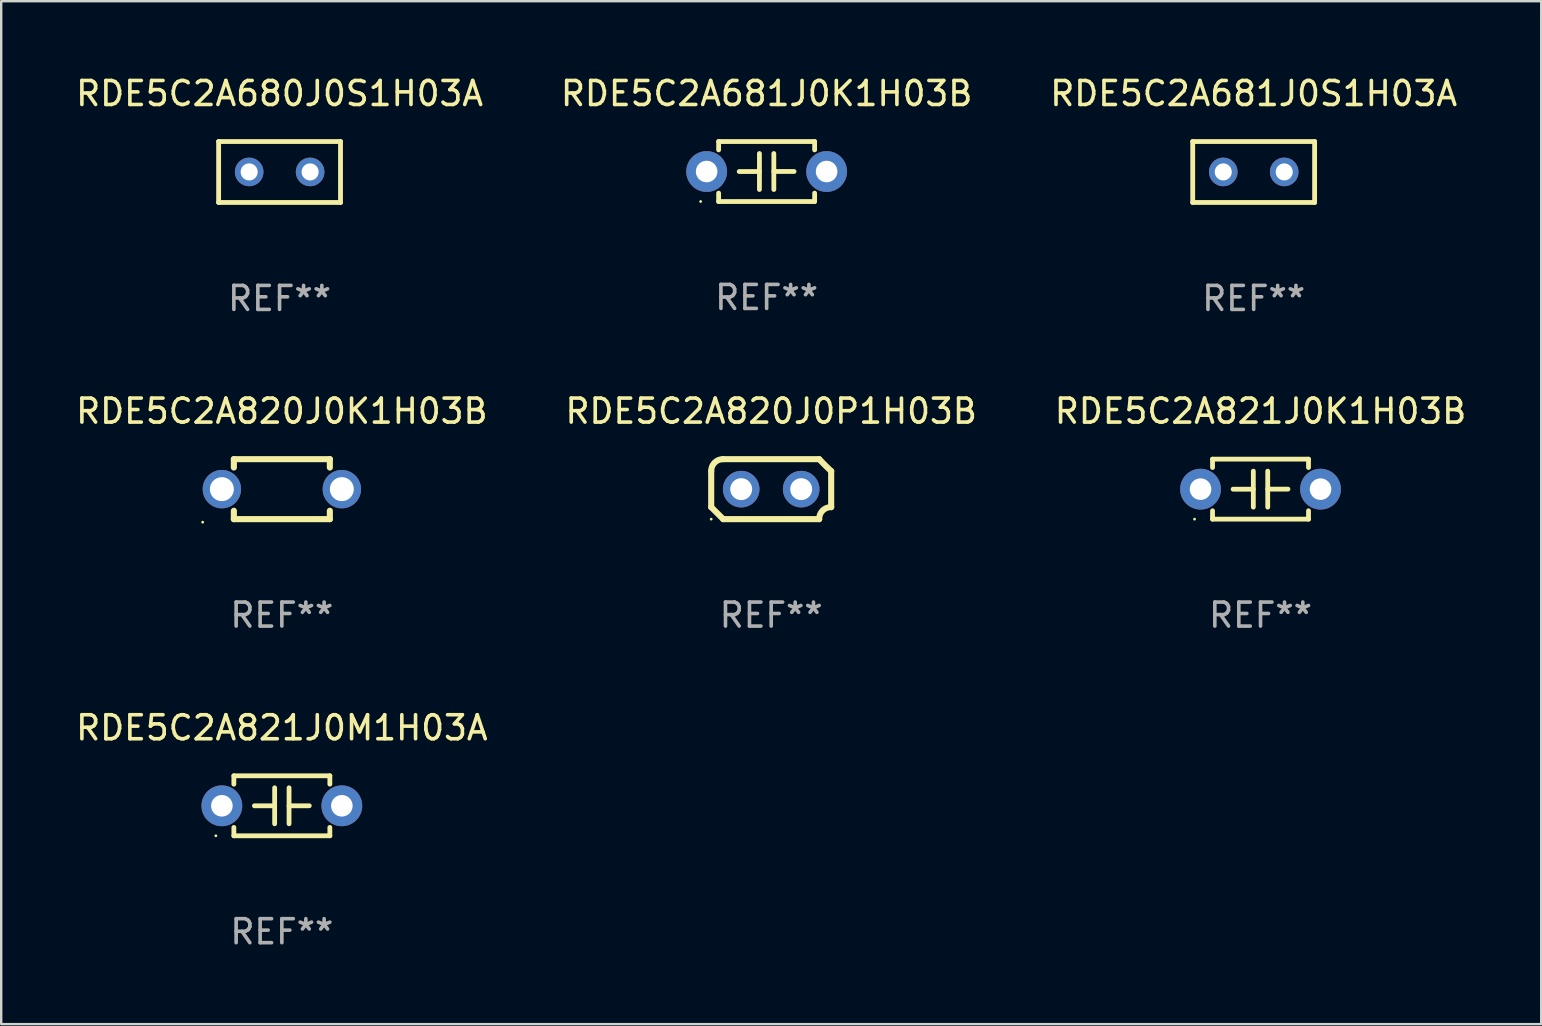
<source format=kicad_pcb>
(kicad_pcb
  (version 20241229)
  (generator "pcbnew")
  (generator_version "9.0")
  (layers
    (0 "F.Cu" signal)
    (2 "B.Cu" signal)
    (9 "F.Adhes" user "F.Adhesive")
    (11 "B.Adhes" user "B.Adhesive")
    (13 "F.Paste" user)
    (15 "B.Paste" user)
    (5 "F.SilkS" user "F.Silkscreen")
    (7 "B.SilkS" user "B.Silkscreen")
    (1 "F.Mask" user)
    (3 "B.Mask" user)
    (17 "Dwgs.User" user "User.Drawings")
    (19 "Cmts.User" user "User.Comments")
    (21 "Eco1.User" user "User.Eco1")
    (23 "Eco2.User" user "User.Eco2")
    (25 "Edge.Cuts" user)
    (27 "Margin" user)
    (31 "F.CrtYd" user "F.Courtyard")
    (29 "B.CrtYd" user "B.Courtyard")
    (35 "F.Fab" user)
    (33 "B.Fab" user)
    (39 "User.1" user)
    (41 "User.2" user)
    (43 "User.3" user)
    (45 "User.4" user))
  (footprint "RDE5C2A820J0P1H03B"
    (layer "F.Cu")
    (at 29.089 17.335)
    (property "Reference" "RDE5C2A820J0P1H03B" (at 0 -3.25 0) (layer "F.SilkS") (effects (font (size 1 1) (thickness 0.15))))
    (attr through_hole)
    (fp_line (start -2.5 -0.75) (end -2.5 0.75) (stroke (width 0.254) (type solid)) (layer "F.SilkS"))
    (fp_line (start -2 -1.25) (end 2 -1.25) (stroke (width 0.254) (type solid)) (layer "F.SilkS"))
    (fp_line (start 2 1.25) (end -2 1.25) (stroke (width 0.254) (type solid)) (layer "F.SilkS"))
    (fp_line (start 2.5 0.75) (end 2.5 -0.75) (stroke (width 0.254) (type solid)) (layer "F.SilkS"))
    (fp_arc (start -2.5 0.749962) (mid -2.249559 0.999558) (end -1.99929 1.249325) (stroke (width 0.254001) (type solid)) (layer "F.SilkS"))
    (fp_arc (start -2.499366 -0.749302) (mid -2.356411 -1.106098) (end -2 -1.250013) (stroke (width 0.254001) (type solid)) (layer "F.SilkS"))
    (fp_arc (start 2 1.250013) (mid 2.142747 0.89301) (end 2.499364 0.749302) (stroke (width 0.254001) (type solid)) (layer "F.SilkS"))
    (fp_arc (start 2.5 -0.749962) (mid 2.245609 -0.995598) (end 1.999289 -1.249327) (stroke (width 0.254001) (type solid)) (layer "F.SilkS"))
    (fp_circle (center -2.5 1.25) (end -2.47 1.25) (stroke (width 0.06) (type solid)) (fill no) (layer "F.SilkS"))
    (fp_text user "REF**" (at 0 5.25 0) (layer "F.Fab") (effects (font (size 1 1) (thickness 0.15))))
    (pad "1" thru_hole circle (at -1.25 0) (size 1.524 1.524) (drill 0.914) (layers "*.Cu" "*.Mask"))
    (pad "2" thru_hole circle (at 1.25 0) (size 1.524 1.524) (drill 0.914) (layers "*.Cu" "*.Mask")))
  (footprint "RDE5C2A821J0M1H03A"
    (layer "F.Cu")
    (at 8.696 30.531)
    (property "Reference" "RDE5C2A821J0M1H03A" (at 0 -3.25 0) (layer "F.SilkS") (effects (font (size 1 1) (thickness 0.15))))
    (attr through_hole)
    (fp_line (start -2 -1.25) (end -2 -0.901) (stroke (width 0.2) (type solid)) (layer "F.SilkS"))
    (fp_line (start -2 -1.25) (end 2 -1.25) (stroke (width 0.2) (type solid)) (layer "F.SilkS"))
    (fp_line (start -2 0.901) (end -2 1.25) (stroke (width 0.2) (type solid)) (layer "F.SilkS"))
    (fp_line (start -0.3 -0.75) (end -0.3 0.75) (stroke (width 0.2) (type solid)) (layer "F.SilkS"))
    (fp_line (start -0.3 0.001) (end -1.143 0.001) (stroke (width 0.2) (type solid)) (layer "F.SilkS"))
    (fp_line (start 0.3 -0.001) (end 1.143 -0.001) (stroke (width 0.2) (type solid)) (layer "F.SilkS"))
    (fp_line (start 0.3 0.75) (end 0.3 -0.75) (stroke (width 0.2) (type solid)) (layer "F.SilkS"))
    (fp_line (start 2 -1.25) (end 2 -0.901) (stroke (width 0.2) (type solid)) (layer "F.SilkS"))
    (fp_line (start 2 0.901) (end 2 1.25) (stroke (width 0.2) (type solid)) (layer "F.SilkS"))
    (fp_line (start 2 1.25) (end -2 1.25) (stroke (width 0.2) (type solid)) (layer "F.SilkS"))
    (fp_circle (center -2.75 1.25) (end -2.72 1.25) (stroke (width 0.06) (type solid)) (fill no) (layer "F.SilkS"))
    (fp_text user "REF**" (at 0 5.25 0) (layer "F.Fab") (effects (font (size 1 1) (thickness 0.15))))
    (pad "1" thru_hole circle (at -2.5 0) (size 1.7 1.7) (drill 0.9) (layers "*.Cu" "*.Mask"))
    (pad "2" thru_hole circle (at 2.5 0) (size 1.7 1.7) (drill 0.9) (layers "*.Cu" "*.Mask")))
  (footprint "RDE5C2A681J0S1H03A"
    (layer "F.Cu")
    (at 49.196 4.118)
    (property "Reference" "RDE5C2A681J0S1H03A" (at 0 -3.27 0) (layer "F.SilkS") (effects (font (size 1 1) (thickness 0.15))))
    (attr through_hole)
    (fp_line (start -2.54 -1.27) (end -2.54 1.27) (stroke (width 0.201) (type solid)) (layer "F.SilkS"))
    (fp_line (start -2.54 1.27) (end 2.54 1.27) (stroke (width 0.201) (type solid)) (layer "F.SilkS"))
    (fp_line (start 2.54 -1.27) (end -2.54 -1.27) (stroke (width 0.201) (type solid)) (layer "F.SilkS"))
    (fp_line (start 2.54 1.27) (end 2.54 -1.27) (stroke (width 0.201) (type solid)) (layer "F.SilkS"))
    (fp_circle (center -2.497 1.247) (end -2.467 1.247) (stroke (width 0.06) (type solid)) (fill no) (layer "F.SilkS"))
    (fp_text user "REF**" (at 0 5.27 0) (layer "F.Fab") (effects (font (size 1 1) (thickness 0.15))))
    (pad "1" thru_hole circle (at -1.267 -0.003) (size 1.194 1.194) (drill 0.711) (layers "*.Cu" "*.Mask"))
    (pad "2" thru_hole circle (at 1.273 -0.003) (size 1.194 1.194) (drill 0.711) (layers "*.Cu" "*.Mask")))
  (footprint "RDE5C2A821J0K1H03B"
    (layer "F.Cu")
    (at 49.482 17.335)
    (property "Reference" "RDE5C2A821J0K1H03B" (at 0 -3.25 0) (layer "F.SilkS") (effects (font (size 1 1) (thickness 0.15))))
    (attr through_hole)
    (fp_line (start -2 -1.25) (end -2 -0.901) (stroke (width 0.2) (type solid)) (layer "F.SilkS"))
    (fp_line (start -2 -1.25) (end 2 -1.25) (stroke (width 0.2) (type solid)) (layer "F.SilkS"))
    (fp_line (start -2 0.901) (end -2 1.25) (stroke (width 0.2) (type solid)) (layer "F.SilkS"))
    (fp_line (start -0.3 -0.75) (end -0.3 0.75) (stroke (width 0.2) (type solid)) (layer "F.SilkS"))
    (fp_line (start -0.3 0.001) (end -1.143 0.001) (stroke (width 0.2) (type solid)) (layer "F.SilkS"))
    (fp_line (start 0.3 -0.001) (end 1.143 -0.001) (stroke (width 0.2) (type solid)) (layer "F.SilkS"))
    (fp_line (start 0.3 0.75) (end 0.3 -0.75) (stroke (width 0.2) (type solid)) (layer "F.SilkS"))
    (fp_line (start 2 -1.25) (end 2 -0.901) (stroke (width 0.2) (type solid)) (layer "F.SilkS"))
    (fp_line (start 2 0.901) (end 2 1.25) (stroke (width 0.2) (type solid)) (layer "F.SilkS"))
    (fp_line (start 2 1.25) (end -2 1.25) (stroke (width 0.2) (type solid)) (layer "F.SilkS"))
    (fp_circle (center -2.75 1.25) (end -2.72 1.25) (stroke (width 0.06) (type solid)) (fill no) (layer "F.SilkS"))
    (fp_text user "REF**" (at 0 5.25 0) (layer "F.Fab") (effects (font (size 1 1) (thickness 0.15))))
    (pad "1" thru_hole circle (at -2.5 0) (size 1.7 1.7) (drill 0.9) (layers "*.Cu" "*.Mask"))
    (pad "2" thru_hole circle (at 2.5 0) (size 1.7 1.7) (drill 0.9) (layers "*.Cu" "*.Mask")))
  (footprint "RDE5C2A820J0K1H03B"
    (layer "F.Cu")
    (at 8.696 17.335)
    (property "Reference" "RDE5C2A820J0K1H03B" (at 0 -3.25 0) (layer "F.SilkS") (effects (font (size 1 1) (thickness 0.15))))
    (attr through_hole)
    (fp_line (start -2 -1.25) (end -2 -0.901) (stroke (width 0.254) (type solid)) (layer "F.SilkS"))
    (fp_line (start -2 -1.25) (end 2 -1.25) (stroke (width 0.254) (type solid)) (layer "F.SilkS"))
    (fp_line (start -2 0.901) (end -2 1.25) (stroke (width 0.254) (type solid)) (layer "F.SilkS"))
    (fp_line (start 2 -1.25) (end 2 -0.901) (stroke (width 0.254) (type solid)) (layer "F.SilkS"))
    (fp_line (start 2 0.901) (end 2 1.25) (stroke (width 0.254) (type solid)) (layer "F.SilkS"))
    (fp_line (start 2 1.25) (end -2 1.25) (stroke (width 0.254) (type solid)) (layer "F.SilkS"))
    (fp_circle (center -3.3 1.377) (end -3.27 1.377) (stroke (width 0.06) (type solid)) (fill no) (layer "F.SilkS"))
    (fp_text user "REF**" (at 0 5.25 0) (layer "F.Fab") (effects (font (size 1 1) (thickness 0.15))))
    (pad "1" thru_hole circle (at -2.5 0) (size 1.6 1.6) (drill 1) (layers "*.Cu" "*.Mask"))
    (pad "2" thru_hole circle (at 2.5 0) (size 1.6 1.6) (drill 1) (layers "*.Cu" "*.Mask")))
  (footprint "RDE5C2A680J0S1H03A"
    (layer "F.Cu")
    (at 8.601 4.118)
    (property "Reference" "RDE5C2A680J0S1H03A" (at 0 -3.27 0) (layer "F.SilkS") (effects (font (size 1 1) (thickness 0.15))))
    (attr through_hole)
    (fp_line (start -2.54 -1.27) (end -2.54 1.27) (stroke (width 0.201) (type solid)) (layer "F.SilkS"))
    (fp_line (start -2.54 1.27) (end 2.54 1.27) (stroke (width 0.201) (type solid)) (layer "F.SilkS"))
    (fp_line (start 2.54 -1.27) (end -2.54 -1.27) (stroke (width 0.201) (type solid)) (layer "F.SilkS"))
    (fp_line (start 2.54 1.27) (end 2.54 -1.27) (stroke (width 0.201) (type solid)) (layer "F.SilkS"))
    (fp_circle (center -2.497 1.247) (end -2.467 1.247) (stroke (width 0.06) (type solid)) (fill no) (layer "F.SilkS"))
    (fp_text user "REF**" (at 0 5.27 0) (layer "F.Fab") (effects (font (size 1 1) (thickness 0.15))))
    (pad "1" thru_hole circle (at -1.267 -0.003) (size 1.194 1.194) (drill 0.711) (layers "*.Cu" "*.Mask"))
    (pad "2" thru_hole circle (at 1.273 -0.003) (size 1.194 1.194) (drill 0.711) (layers "*.Cu" "*.Mask")))
  (footprint "RDE5C2A681J0K1H03B"
    (layer "F.Cu")
    (at 28.899 4.098)
    (property "Reference" "RDE5C2A681J0K1H03B" (at 0 -3.25 0) (layer "F.SilkS") (effects (font (size 1 1) (thickness 0.15))))
    (attr through_hole)
    (fp_line (start -2 -1.25) (end -2 -0.901) (stroke (width 0.2) (type solid)) (layer "F.SilkS"))
    (fp_line (start -2 -1.25) (end 2 -1.25) (stroke (width 0.2) (type solid)) (layer "F.SilkS"))
    (fp_line (start -2 0.901) (end -2 1.25) (stroke (width 0.2) (type solid)) (layer "F.SilkS"))
    (fp_line (start -0.3 -0.75) (end -0.3 0.75) (stroke (width 0.2) (type solid)) (layer "F.SilkS"))
    (fp_line (start -0.3 0.001) (end -1.143 0.001) (stroke (width 0.2) (type solid)) (layer "F.SilkS"))
    (fp_line (start 0.3 -0.001) (end 1.143 -0.001) (stroke (width 0.2) (type solid)) (layer "F.SilkS"))
    (fp_line (start 0.3 0.75) (end 0.3 -0.75) (stroke (width 0.2) (type solid)) (layer "F.SilkS"))
    (fp_line (start 2 -1.25) (end 2 -0.901) (stroke (width 0.2) (type solid)) (layer "F.SilkS"))
    (fp_line (start 2 0.901) (end 2 1.25) (stroke (width 0.2) (type solid)) (layer "F.SilkS"))
    (fp_line (start 2 1.25) (end -2 1.25) (stroke (width 0.2) (type solid)) (layer "F.SilkS"))
    (fp_circle (center -2.75 1.25) (end -2.72 1.25) (stroke (width 0.06) (type solid)) (fill no) (layer "F.SilkS"))
    (fp_text user "REF**" (at 0 5.25 0) (layer "F.Fab") (effects (font (size 1 1) (thickness 0.15))))
    (pad "1" thru_hole circle (at -2.5 0) (size 1.7 1.7) (drill 0.9) (layers "*.Cu" "*.Mask"))
    (pad "2" thru_hole circle (at 2.5 0) (size 1.7 1.7) (drill 0.9) (layers "*.Cu" "*.Mask")))
  (gr_rect
    (start -3 -3)
    (end 61.179 39.63)
    (stroke (width 0.1) (type default))
    (fill no)
    (layer "Edge.Cuts")))
</source>
